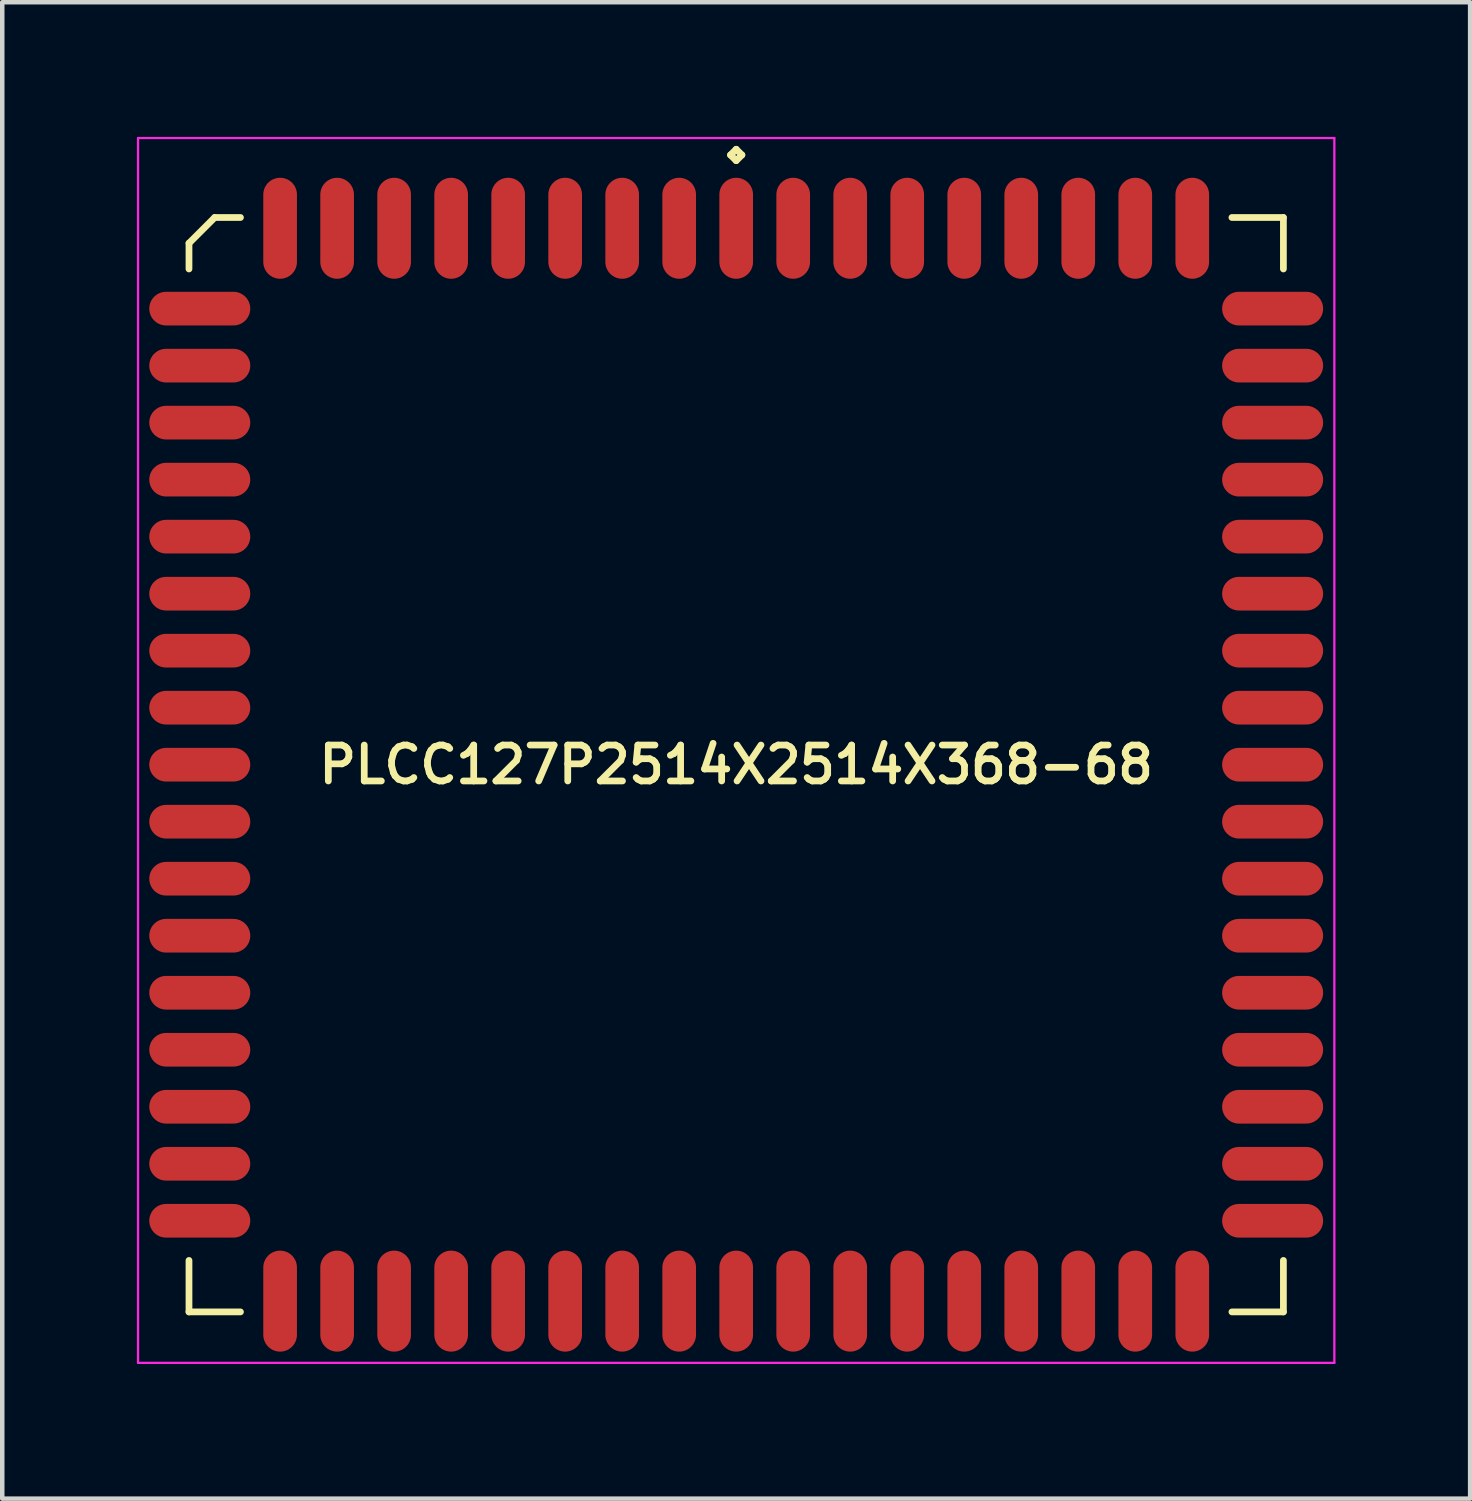
<source format=kicad_pcb>
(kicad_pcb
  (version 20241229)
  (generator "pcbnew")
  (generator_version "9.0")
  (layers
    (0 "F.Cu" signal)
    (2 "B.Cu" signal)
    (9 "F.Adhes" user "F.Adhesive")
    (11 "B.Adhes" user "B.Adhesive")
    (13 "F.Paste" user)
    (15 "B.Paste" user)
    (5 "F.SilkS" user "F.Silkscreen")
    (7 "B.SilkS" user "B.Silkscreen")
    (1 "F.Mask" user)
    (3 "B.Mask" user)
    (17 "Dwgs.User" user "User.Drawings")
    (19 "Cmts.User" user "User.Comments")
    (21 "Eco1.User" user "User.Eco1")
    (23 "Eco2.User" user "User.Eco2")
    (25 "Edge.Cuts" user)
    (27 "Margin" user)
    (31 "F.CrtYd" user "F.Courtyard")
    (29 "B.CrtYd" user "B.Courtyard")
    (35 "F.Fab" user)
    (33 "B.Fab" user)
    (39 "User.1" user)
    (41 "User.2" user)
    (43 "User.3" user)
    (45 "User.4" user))
  (footprint "PLCC127P2514X2514X368-68"
    (layer "F.Cu")
    (at 13.35 13.985)
    (property "Reference" "PLCC127P2514X2514X368-68" (at 0 0 0) (layer "F.SilkS") (effects (font (size 0.8 0.8) (thickness 0.15))))
    (attr smd)
    (fp_line (start -12.19 -11.617) (end -11.617 -12.19) (stroke (width 0.15) (type solid)) (layer "F.SilkS"))
    (fp_line (start -12.19 -11.043) (end -12.19 -11.617) (stroke (width 0.15) (type solid)) (layer "F.SilkS"))
    (fp_line (start -12.19 11.043) (end -12.19 12.19) (stroke (width 0.15) (type solid)) (layer "F.SilkS"))
    (fp_line (start -12.19 12.19) (end -11.043 12.19) (stroke (width 0.15) (type solid)) (layer "F.SilkS"))
    (fp_line (start -11.617 -12.19) (end -11.043 -12.19) (stroke (width 0.15) (type solid)) (layer "F.SilkS"))
    (fp_line (start -0.127 -13.583) (end 0 -13.71) (stroke (width 0.15) (type solid)) (layer "F.SilkS"))
    (fp_line (start 0 -13.71) (end 0.127 -13.583) (stroke (width 0.15) (type solid)) (layer "F.SilkS"))
    (fp_line (start 0 -13.456) (end -0.127 -13.583) (stroke (width 0.15) (type solid)) (layer "F.SilkS"))
    (fp_line (start 0.127 -13.583) (end 0 -13.456) (stroke (width 0.15) (type solid)) (layer "F.SilkS"))
    (fp_line (start 12.19 -12.19) (end 11.043 -12.19) (stroke (width 0.15) (type solid)) (layer "F.SilkS"))
    (fp_line (start 12.19 -11.043) (end 12.19 -12.19) (stroke (width 0.15) (type solid)) (layer "F.SilkS"))
    (fp_line (start 12.19 11.043) (end 12.19 12.19) (stroke (width 0.15) (type solid)) (layer "F.SilkS"))
    (fp_line (start 12.19 12.19) (end 11.043 12.19) (stroke (width 0.15) (type solid)) (layer "F.SilkS"))
    (fp_line (start -13.325 -13.96) (end 13.325 -13.96) (stroke (width 0.05) (type solid)) (layer "F.CrtYd"))
    (fp_line (start -13.325 13.325) (end -13.325 -13.96) (stroke (width 0.05) (type solid)) (layer "F.CrtYd"))
    (fp_line (start 13.325 -13.96) (end 13.325 13.325) (stroke (width 0.05) (type solid)) (layer "F.CrtYd"))
    (fp_line (start 13.325 13.325) (end -13.325 13.325) (stroke (width 0.05) (type solid)) (layer "F.CrtYd"))
    (pad "1" smd oval (at 0 -11.95) (size 0.75 2.25) (layers "F.Cu" "F.Mask" "F.Paste"))
    (pad "2" smd oval (at -1.27 -11.95) (size 0.75 2.25) (layers "F.Cu" "F.Mask" "F.Paste"))
    (pad "3" smd oval (at -2.54 -11.95) (size 0.75 2.25) (layers "F.Cu" "F.Mask" "F.Paste"))
    (pad "4" smd oval (at -3.81 -11.95) (size 0.75 2.25) (layers "F.Cu" "F.Mask" "F.Paste"))
    (pad "5" smd oval (at -5.08 -11.95) (size 0.75 2.25) (layers "F.Cu" "F.Mask" "F.Paste"))
    (pad "6" smd oval (at -6.35 -11.95) (size 0.75 2.25) (layers "F.Cu" "F.Mask" "F.Paste"))
    (pad "7" smd oval (at -7.62 -11.95) (size 0.75 2.25) (layers "F.Cu" "F.Mask" "F.Paste"))
    (pad "8" smd oval (at -8.89 -11.95) (size 0.75 2.25) (layers "F.Cu" "F.Mask" "F.Paste"))
    (pad "9" smd oval (at -10.16 -11.95) (size 0.75 2.25) (layers "F.Cu" "F.Mask" "F.Paste"))
    (pad "10" smd oval (at -11.95 -10.16) (size 2.25 0.75) (layers "F.Cu" "F.Mask" "F.Paste"))
    (pad "11" smd oval (at -11.95 -8.89) (size 2.25 0.75) (layers "F.Cu" "F.Mask" "F.Paste"))
    (pad "12" smd oval (at -11.95 -7.62) (size 2.25 0.75) (layers "F.Cu" "F.Mask" "F.Paste"))
    (pad "13" smd oval (at -11.95 -6.35) (size 2.25 0.75) (layers "F.Cu" "F.Mask" "F.Paste"))
    (pad "14" smd oval (at -11.95 -5.08) (size 2.25 0.75) (layers "F.Cu" "F.Mask" "F.Paste"))
    (pad "15" smd oval (at -11.95 -3.81) (size 2.25 0.75) (layers "F.Cu" "F.Mask" "F.Paste"))
    (pad "16" smd oval (at -11.95 -2.54) (size 2.25 0.75) (layers "F.Cu" "F.Mask" "F.Paste"))
    (pad "17" smd oval (at -11.95 -1.27) (size 2.25 0.75) (layers "F.Cu" "F.Mask" "F.Paste"))
    (pad "18" smd oval (at -11.95 0) (size 2.25 0.75) (layers "F.Cu" "F.Mask" "F.Paste"))
    (pad "19" smd oval (at -11.95 1.27) (size 2.25 0.75) (layers "F.Cu" "F.Mask" "F.Paste"))
    (pad "20" smd oval (at -11.95 2.54) (size 2.25 0.75) (layers "F.Cu" "F.Mask" "F.Paste"))
    (pad "21" smd oval (at -11.95 3.81) (size 2.25 0.75) (layers "F.Cu" "F.Mask" "F.Paste"))
    (pad "22" smd oval (at -11.95 5.08) (size 2.25 0.75) (layers "F.Cu" "F.Mask" "F.Paste"))
    (pad "23" smd oval (at -11.95 6.35) (size 2.25 0.75) (layers "F.Cu" "F.Mask" "F.Paste"))
    (pad "24" smd oval (at -11.95 7.62) (size 2.25 0.75) (layers "F.Cu" "F.Mask" "F.Paste"))
    (pad "25" smd oval (at -11.95 8.89) (size 2.25 0.75) (layers "F.Cu" "F.Mask" "F.Paste"))
    (pad "26" smd oval (at -11.95 10.16) (size 2.25 0.75) (layers "F.Cu" "F.Mask" "F.Paste"))
    (pad "27" smd oval (at -10.16 11.95) (size 0.75 2.25) (layers "F.Cu" "F.Mask" "F.Paste"))
    (pad "28" smd oval (at -8.89 11.95) (size 0.75 2.25) (layers "F.Cu" "F.Mask" "F.Paste"))
    (pad "29" smd oval (at -7.62 11.95) (size 0.75 2.25) (layers "F.Cu" "F.Mask" "F.Paste"))
    (pad "30" smd oval (at -6.35 11.95) (size 0.75 2.25) (layers "F.Cu" "F.Mask" "F.Paste"))
    (pad "31" smd oval (at -5.08 11.95) (size 0.75 2.25) (layers "F.Cu" "F.Mask" "F.Paste"))
    (pad "32" smd oval (at -3.81 11.95) (size 0.75 2.25) (layers "F.Cu" "F.Mask" "F.Paste"))
    (pad "33" smd oval (at -2.54 11.95) (size 0.75 2.25) (layers "F.Cu" "F.Mask" "F.Paste"))
    (pad "34" smd oval (at -1.27 11.95) (size 0.75 2.25) (layers "F.Cu" "F.Mask" "F.Paste"))
    (pad "35" smd oval (at 0 11.95) (size 0.75 2.25) (layers "F.Cu" "F.Mask" "F.Paste"))
    (pad "36" smd oval (at 1.27 11.95) (size 0.75 2.25) (layers "F.Cu" "F.Mask" "F.Paste"))
    (pad "37" smd oval (at 2.54 11.95) (size 0.75 2.25) (layers "F.Cu" "F.Mask" "F.Paste"))
    (pad "38" smd oval (at 3.81 11.95) (size 0.75 2.25) (layers "F.Cu" "F.Mask" "F.Paste"))
    (pad "39" smd oval (at 5.08 11.95) (size 0.75 2.25) (layers "F.Cu" "F.Mask" "F.Paste"))
    (pad "40" smd oval (at 6.35 11.95) (size 0.75 2.25) (layers "F.Cu" "F.Mask" "F.Paste"))
    (pad "41" smd oval (at 7.62 11.95) (size 0.75 2.25) (layers "F.Cu" "F.Mask" "F.Paste"))
    (pad "42" smd oval (at 8.89 11.95) (size 0.75 2.25) (layers "F.Cu" "F.Mask" "F.Paste"))
    (pad "43" smd oval (at 10.16 11.95) (size 0.75 2.25) (layers "F.Cu" "F.Mask" "F.Paste"))
    (pad "44" smd oval (at 11.95 10.16) (size 2.25 0.75) (layers "F.Cu" "F.Mask" "F.Paste"))
    (pad "45" smd oval (at 11.95 8.89) (size 2.25 0.75) (layers "F.Cu" "F.Mask" "F.Paste"))
    (pad "46" smd oval (at 11.95 7.62) (size 2.25 0.75) (layers "F.Cu" "F.Mask" "F.Paste"))
    (pad "47" smd oval (at 11.95 6.35) (size 2.25 0.75) (layers "F.Cu" "F.Mask" "F.Paste"))
    (pad "48" smd oval (at 11.95 5.08) (size 2.25 0.75) (layers "F.Cu" "F.Mask" "F.Paste"))
    (pad "49" smd oval (at 11.95 3.81) (size 2.25 0.75) (layers "F.Cu" "F.Mask" "F.Paste"))
    (pad "50" smd oval (at 11.95 2.54) (size 2.25 0.75) (layers "F.Cu" "F.Mask" "F.Paste"))
    (pad "51" smd oval (at 11.95 1.27) (size 2.25 0.75) (layers "F.Cu" "F.Mask" "F.Paste"))
    (pad "52" smd oval (at 11.95 0) (size 2.25 0.75) (layers "F.Cu" "F.Mask" "F.Paste"))
    (pad "53" smd oval (at 11.95 -1.27) (size 2.25 0.75) (layers "F.Cu" "F.Mask" "F.Paste"))
    (pad "54" smd oval (at 11.95 -2.54) (size 2.25 0.75) (layers "F.Cu" "F.Mask" "F.Paste"))
    (pad "55" smd oval (at 11.95 -3.81) (size 2.25 0.75) (layers "F.Cu" "F.Mask" "F.Paste"))
    (pad "56" smd oval (at 11.95 -5.08) (size 2.25 0.75) (layers "F.Cu" "F.Mask" "F.Paste"))
    (pad "57" smd oval (at 11.95 -6.35) (size 2.25 0.75) (layers "F.Cu" "F.Mask" "F.Paste"))
    (pad "58" smd oval (at 11.95 -7.62) (size 2.25 0.75) (layers "F.Cu" "F.Mask" "F.Paste"))
    (pad "59" smd oval (at 11.95 -8.89) (size 2.25 0.75) (layers "F.Cu" "F.Mask" "F.Paste"))
    (pad "60" smd oval (at 11.95 -10.16) (size 2.25 0.75) (layers "F.Cu" "F.Mask" "F.Paste"))
    (pad "61" smd oval (at 10.16 -11.95) (size 0.75 2.25) (layers "F.Cu" "F.Mask" "F.Paste"))
    (pad "62" smd oval (at 8.89 -11.95) (size 0.75 2.25) (layers "F.Cu" "F.Mask" "F.Paste"))
    (pad "63" smd oval (at 7.62 -11.95) (size 0.75 2.25) (layers "F.Cu" "F.Mask" "F.Paste"))
    (pad "64" smd oval (at 6.35 -11.95) (size 0.75 2.25) (layers "F.Cu" "F.Mask" "F.Paste"))
    (pad "65" smd oval (at 5.08 -11.95) (size 0.75 2.25) (layers "F.Cu" "F.Mask" "F.Paste"))
    (pad "66" smd oval (at 3.81 -11.95) (size 0.75 2.25) (layers "F.Cu" "F.Mask" "F.Paste"))
    (pad "67" smd oval (at 2.54 -11.95) (size 0.75 2.25) (layers "F.Cu" "F.Mask" "F.Paste"))
    (pad "68" smd oval (at 1.27 -11.95) (size 0.75 2.25) (layers "F.Cu" "F.Mask" "F.Paste")))
  (gr_rect
    (start -3 -3)
    (end 29.7 30.335)
    (stroke (width 0.1) (type default))
    (fill no)
    (layer "Edge.Cuts")))
</source>
